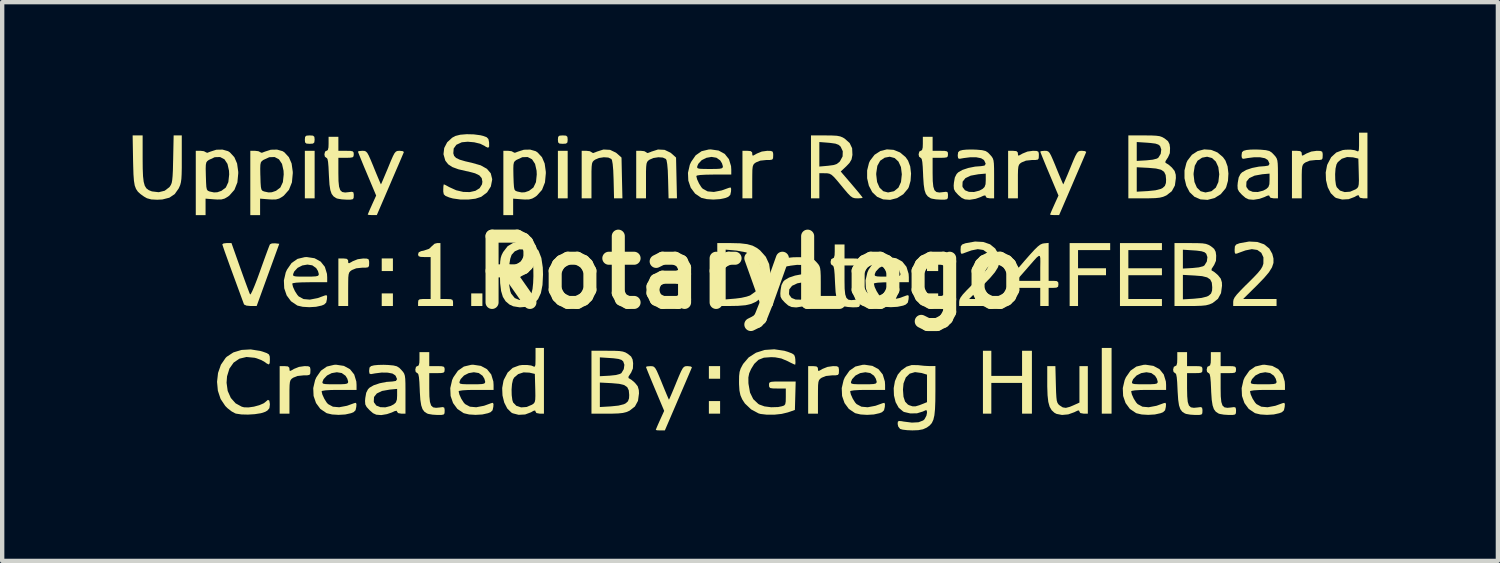
<source format=kicad_pcb>
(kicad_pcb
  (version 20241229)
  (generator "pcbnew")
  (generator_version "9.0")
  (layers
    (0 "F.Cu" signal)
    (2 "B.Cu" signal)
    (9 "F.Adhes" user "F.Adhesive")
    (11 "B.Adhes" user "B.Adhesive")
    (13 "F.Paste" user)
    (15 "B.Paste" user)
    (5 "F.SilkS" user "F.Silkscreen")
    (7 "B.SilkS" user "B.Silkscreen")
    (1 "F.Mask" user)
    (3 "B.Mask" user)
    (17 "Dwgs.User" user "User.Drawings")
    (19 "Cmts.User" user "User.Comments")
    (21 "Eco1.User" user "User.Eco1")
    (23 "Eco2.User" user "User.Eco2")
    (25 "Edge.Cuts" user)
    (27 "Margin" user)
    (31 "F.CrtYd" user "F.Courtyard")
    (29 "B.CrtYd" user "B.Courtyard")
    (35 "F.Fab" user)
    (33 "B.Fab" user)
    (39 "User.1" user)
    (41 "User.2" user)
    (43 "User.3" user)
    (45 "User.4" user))
  (footprint "RotaryLogo"
    (layer "F.Cu")
    (at 14.216 3.215)
    (property "Reference" "RotaryLogo" (at 0 0 0) (layer "F.SilkS") (effects (font (size 1.524 1.524) (thickness 0.3))))
    (attr board_only exclude_from_pos_files exclude_from_bom)
    (fp_poly (pts (xy -10.031 -1.704) (xy -10.256 -1.704) (xy -10.256 -2.797) (xy -10.031 -2.797)) (stroke (width 0) (type solid)) (fill yes) (layer "F.SilkS"))
    (fp_poly (pts (xy -8.231 -0.032) (xy -8.488 -0.032) (xy -8.488 -0.322) (xy -8.231 -0.322)) (stroke (width 0) (type solid)) (fill yes) (layer "F.SilkS"))
    (fp_poly (pts (xy -8.231 0.772) (xy -8.488 0.772) (xy -8.488 0.482) (xy -8.231 0.482)) (stroke (width 0) (type solid)) (fill yes) (layer "F.SilkS"))
    (fp_poly (pts (xy -6.173 0.772) (xy -6.43 0.772) (xy -6.43 0.482) (xy -6.173 0.482)) (stroke (width 0) (type solid)) (fill yes) (layer "F.SilkS"))
    (fp_poly (pts (xy -4.212 -1.704) (xy -4.437 -1.704) (xy -4.437 -2.797) (xy -4.212 -2.797)) (stroke (width 0) (type solid)) (fill yes) (layer "F.SilkS"))
    (fp_poly (pts (xy -0.707 2.444) (xy -0.965 2.444) (xy -0.965 2.154) (xy -0.707 2.154)) (stroke (width 0) (type solid)) (fill yes) (layer "F.SilkS"))
    (fp_poly (pts (xy -0.707 3.247) (xy -0.965 3.247) (xy -0.965 2.958) (xy -0.707 2.958)) (stroke (width 0) (type solid)) (fill yes) (layer "F.SilkS"))
    (fp_poly (pts (xy 4.308 -0.032) (xy 4.051 -0.032) (xy 4.051 -0.322) (xy 4.308 -0.322)) (stroke (width 0) (type solid)) (fill yes) (layer "F.SilkS"))
    (fp_poly (pts (xy 4.308 0.772) (xy 4.051 0.772) (xy 4.051 0.482) (xy 4.308 0.482)) (stroke (width 0) (type solid)) (fill yes) (layer "F.SilkS"))
    (fp_poly (pts (xy 8.295 3.247) (xy 8.07 3.247) (xy 8.07 1.736) (xy 8.295 1.736)) (stroke (width 0) (type solid)) (fill yes) (layer "F.SilkS"))
    (fp_poly (pts (xy 8.263 -0.514) (xy 7.524 -0.514) (xy 7.524 -0.096) (xy 8.167 -0.096) (xy 8.167 0.064) (xy 7.524 0.064) (xy 7.524 0.772) (xy 7.331 0.772) (xy 7.331 -0.675) (xy 8.263 -0.675)) (stroke (width 0) (type solid)) (fill yes) (layer "F.SilkS"))
    (fp_poly (pts (xy -10.068 -3.146) (xy -10.037 -3.118) (xy -10.031 -3.054) (xy -10.038 -2.99) (xy -10.069 -2.963) (xy -10.144 -2.958) (xy -10.22 -2.963) (xy -10.251 -2.991) (xy -10.256 -3.054) (xy -10.25 -3.119) (xy -10.218 -3.146) (xy -10.144 -3.151)) (stroke (width 0) (type solid)) (fill yes) (layer "F.SilkS"))
    (fp_poly (pts (xy -4.249 -3.146) (xy -4.218 -3.118) (xy -4.212 -3.054) (xy -4.218 -2.99) (xy -4.25 -2.963) (xy -4.324 -2.958) (xy -4.4 -2.963) (xy -4.431 -2.991) (xy -4.437 -3.054) (xy -4.431 -3.119) (xy -4.399 -3.146) (xy -4.324 -3.151)) (stroke (width 0) (type solid)) (fill yes) (layer "F.SilkS"))
    (fp_poly (pts (xy 5.53 2.379) (xy 6.237 2.379) (xy 6.237 1.801) (xy 6.463 1.801) (xy 6.463 3.247) (xy 6.237 3.247) (xy 6.237 2.54) (xy 5.53 2.54) (xy 5.53 3.247) (xy 5.337 3.247) (xy 5.337 1.801) (xy 5.53 1.801)) (stroke (width 0) (type solid)) (fill yes) (layer "F.SilkS"))
    (fp_poly (pts (xy 9.453 -0.514) (xy 8.681 -0.514) (xy 8.681 -0.096) (xy 9.453 -0.096) (xy 9.453 0.064) (xy 8.681 0.064) (xy 8.681 0.611) (xy 9.453 0.611) (xy 9.453 0.772) (xy 8.488 0.772) (xy 8.488 -0.675) (xy 9.453 -0.675)) (stroke (width 0) (type solid)) (fill yes) (layer "F.SilkS"))
    (fp_poly (pts (xy -7.138 0.611) (xy -6.993 0.611) (xy -6.904 0.614) (xy -6.861 0.631) (xy -6.849 0.67) (xy -6.848 0.691) (xy -6.848 0.772) (xy -7.652 0.772) (xy -7.652 0.691) (xy -7.646 0.642) (xy -7.617 0.618) (xy -7.546 0.611) (xy -7.507 0.611) (xy -7.363 0.611) (xy -7.363 -0.354) (xy -7.507 -0.354) (xy -7.598 -0.358) (xy -7.641 -0.375) (xy -7.652 -0.413) (xy -7.652 -0.418) (xy -7.637 -0.463) (xy -7.582 -0.49) (xy -7.521 -0.502) (xy -7.398 -0.544) (xy -7.341 -0.599) (xy -7.273 -0.66) (xy -7.214 -0.675) (xy -7.138 -0.675)) (stroke (width 0) (type solid)) (fill yes) (layer "F.SilkS"))
    (fp_poly (pts (xy -10.645 2.161) (xy -10.614 2.19) (xy -10.61 2.218) (xy -10.607 2.258) (xy -10.588 2.264) (xy -10.536 2.237) (xy -10.506 2.218) (xy -10.39 2.172) (xy -10.264 2.154) (xy -10.179 2.157) (xy -10.139 2.175) (xy -10.128 2.223) (xy -10.128 2.261) (xy -10.131 2.325) (xy -10.151 2.356) (xy -10.205 2.366) (xy -10.282 2.366) (xy -10.425 2.381) (xy -10.523 2.42) (xy -10.56 2.446) (xy -10.584 2.475) (xy -10.599 2.52) (xy -10.607 2.592) (xy -10.61 2.705) (xy -10.61 2.862) (xy -10.61 3.247) (xy -10.835 3.247) (xy -10.835 2.154) (xy -10.723 2.154)) (stroke (width 0) (type solid)) (fill yes) (layer "F.SilkS"))
    (fp_poly (pts (xy -9.295 -0.314) (xy -9.263 -0.286) (xy -9.26 -0.258) (xy -9.257 -0.218) (xy -9.238 -0.212) (xy -9.186 -0.239) (xy -9.155 -0.258) (xy -9.04 -0.304) (xy -8.914 -0.321) (xy -8.828 -0.318) (xy -8.789 -0.3) (xy -8.778 -0.253) (xy -8.777 -0.215) (xy -8.78 -0.151) (xy -8.801 -0.119) (xy -8.855 -0.11) (xy -8.932 -0.11) (xy -9.075 -0.095) (xy -9.173 -0.056) (xy -9.209 -0.03) (xy -9.234 -0.000412) (xy -9.249 0.044) (xy -9.257 0.117) (xy -9.259 0.229) (xy -9.26 0.387) (xy -9.26 0.772) (xy -9.485 0.772) (xy -9.485 -0.322) (xy -9.372 -0.322)) (stroke (width 0) (type solid)) (fill yes) (layer "F.SilkS"))
    (fp_poly (pts (xy -0.003 -2.79) (xy 0.029 -2.762) (xy 0.032 -2.733) (xy 0.035 -2.694) (xy 0.054 -2.687) (xy 0.106 -2.715) (xy 0.137 -2.733) (xy 0.252 -2.78) (xy 0.378 -2.797) (xy 0.463 -2.794) (xy 0.503 -2.776) (xy 0.514 -2.728) (xy 0.514 -2.69) (xy 0.511 -2.626) (xy 0.491 -2.595) (xy 0.437 -2.586) (xy 0.36 -2.586) (xy 0.217 -2.571) (xy 0.119 -2.531) (xy 0.082 -2.505) (xy 0.058 -2.476) (xy 0.043 -2.432) (xy 0.035 -2.359) (xy 0.033 -2.247) (xy 0.032 -2.089) (xy 0.032 -1.704) (xy -0.193 -1.704) (xy -0.193 -2.797) (xy -0.08 -2.797)) (stroke (width 0) (type solid)) (fill yes) (layer "F.SilkS"))
    (fp_poly (pts (xy 1.508 2.161) (xy 1.54 2.19) (xy 1.543 2.218) (xy 1.546 2.258) (xy 1.565 2.264) (xy 1.617 2.237) (xy 1.648 2.218) (xy 1.763 2.172) (xy 1.889 2.154) (xy 1.975 2.157) (xy 2.014 2.175) (xy 2.025 2.223) (xy 2.026 2.261) (xy 2.023 2.325) (xy 2.003 2.356) (xy 1.948 2.366) (xy 1.871 2.366) (xy 1.728 2.381) (xy 1.63 2.42) (xy 1.594 2.446) (xy 1.569 2.475) (xy 1.554 2.52) (xy 1.546 2.592) (xy 1.544 2.705) (xy 1.543 2.862) (xy 1.543 3.247) (xy 1.318 3.247) (xy 1.318 2.154) (xy 1.431 2.154)) (stroke (width 0) (type solid)) (fill yes) (layer "F.SilkS"))
    (fp_poly (pts (xy 6.106 -2.79) (xy 6.137 -2.762) (xy 6.141 -2.733) (xy 6.144 -2.694) (xy 6.163 -2.687) (xy 6.215 -2.715) (xy 6.246 -2.733) (xy 6.361 -2.78) (xy 6.487 -2.797) (xy 6.572 -2.794) (xy 6.612 -2.776) (xy 6.623 -2.728) (xy 6.623 -2.69) (xy 6.62 -2.626) (xy 6.6 -2.595) (xy 6.546 -2.586) (xy 6.469 -2.586) (xy 6.326 -2.571) (xy 6.228 -2.531) (xy 6.191 -2.505) (xy 6.167 -2.476) (xy 6.152 -2.432) (xy 6.144 -2.359) (xy 6.141 -2.247) (xy 6.141 -2.089) (xy 6.141 -1.704) (xy 5.916 -1.704) (xy 5.916 -2.797) (xy 6.028 -2.797)) (stroke (width 0) (type solid)) (fill yes) (layer "F.SilkS"))
    (fp_poly (pts (xy 12.633 -2.79) (xy 12.664 -2.762) (xy 12.668 -2.733) (xy 12.671 -2.694) (xy 12.69 -2.687) (xy 12.742 -2.715) (xy 12.772 -2.733) (xy 12.888 -2.78) (xy 13.013 -2.797) (xy 13.099 -2.794) (xy 13.139 -2.776) (xy 13.15 -2.728) (xy 13.15 -2.69) (xy 13.147 -2.626) (xy 13.127 -2.595) (xy 13.073 -2.586) (xy 12.996 -2.586) (xy 12.853 -2.571) (xy 12.755 -2.531) (xy 12.718 -2.505) (xy 12.694 -2.476) (xy 12.679 -2.432) (xy 12.671 -2.359) (xy 12.668 -2.247) (xy 12.668 -2.089) (xy 12.668 -1.704) (xy 12.443 -1.704) (xy 12.443 -2.797) (xy 12.555 -2.797)) (stroke (width 0) (type solid)) (fill yes) (layer "F.SilkS"))
    (fp_poly (pts (xy -1.983 -2.819) (xy -1.849 -2.755) (xy -1.825 -2.736) (xy -1.72 -2.642) (xy -1.699 -1.704) (xy -1.892 -1.704) (xy -1.903 -2.137) (xy -1.91 -2.345) (xy -1.923 -2.492) (xy -1.939 -2.581) (xy -1.954 -2.61) (xy -2.024 -2.642) (xy -2.127 -2.649) (xy -2.238 -2.632) (xy -2.326 -2.595) (xy -2.361 -2.57) (xy -2.384 -2.542) (xy -2.399 -2.5) (xy -2.407 -2.431) (xy -2.411 -2.323) (xy -2.411 -2.166) (xy -2.411 -2.121) (xy -2.411 -1.704) (xy -2.636 -1.704) (xy -2.636 -2.797) (xy -2.527 -2.797) (xy -2.449 -2.788) (xy -2.406 -2.764) (xy -2.405 -2.761) (xy -2.373 -2.745) (xy -2.3 -2.772) (xy -2.291 -2.777) (xy -2.135 -2.827)) (stroke (width 0) (type solid)) (fill yes) (layer "F.SilkS"))
    (fp_poly (pts (xy 7.014 2.575) (xy 7.019 2.748) (xy 7.026 2.868) (xy 7.035 2.947) (xy 7.051 2.998) (xy 7.073 3.032) (xy 7.101 3.057) (xy 7.172 3.103) (xy 7.244 3.114) (xy 7.336 3.09) (xy 7.419 3.055) (xy 7.556 2.993) (xy 7.556 2.154) (xy 7.749 2.154) (xy 7.749 3.247) (xy 7.652 3.247) (xy 7.576 3.233) (xy 7.556 3.199) (xy 7.546 3.173) (xy 7.51 3.179) (xy 7.436 3.215) (xy 7.299 3.264) (xy 7.156 3.277) (xy 7.03 3.253) (xy 6.981 3.227) (xy 6.917 3.168) (xy 6.871 3.088) (xy 6.84 2.977) (xy 6.823 2.825) (xy 6.816 2.621) (xy 6.816 2.557) (xy 6.816 2.154) (xy 7.003 2.154)) (stroke (width 0) (type solid)) (fill yes) (layer "F.SilkS"))
    (fp_poly (pts (xy -3.237 -2.819) (xy -3.103 -2.755) (xy -3.079 -2.736) (xy -2.974 -2.642) (xy -2.964 -2.173) (xy -2.953 -1.704) (xy -3.146 -1.704) (xy -3.156 -2.137) (xy -3.164 -2.345) (xy -3.177 -2.492) (xy -3.193 -2.581) (xy -3.208 -2.61) (xy -3.278 -2.642) (xy -3.381 -2.649) (xy -3.492 -2.632) (xy -3.579 -2.595) (xy -3.614 -2.57) (xy -3.638 -2.542) (xy -3.653 -2.5) (xy -3.661 -2.431) (xy -3.665 -2.323) (xy -3.665 -2.166) (xy -3.665 -2.121) (xy -3.665 -1.704) (xy -3.89 -1.704) (xy -3.89 -2.797) (xy -3.781 -2.797) (xy -3.703 -2.788) (xy -3.66 -2.764) (xy -3.659 -2.761) (xy -3.627 -2.745) (xy -3.554 -2.772) (xy -3.545 -2.777) (xy -3.389 -2.827)) (stroke (width 0) (type solid)) (fill yes) (layer "F.SilkS"))
    (fp_poly (pts (xy -0.458 -0.675) (xy -0.247 -0.67) (xy -0.086 -0.651) (xy 0.04 -0.616) (xy 0.143 -0.561) (xy 0.212 -0.508) (xy 0.344 -0.36) (xy 0.421 -0.192) (xy 0.449 0.008) (xy 0.449 0.039) (xy 0.425 0.258) (xy 0.352 0.44) (xy 0.226 0.591) (xy 0.215 0.601) (xy 0.118 0.674) (xy 0.009 0.723) (xy -0.124 0.754) (xy -0.295 0.768) (xy -0.458 0.771) (xy -0.772 0.772) (xy -0.772 -0.524) (xy -0.579 -0.524) (xy -0.579 0.62) (xy -0.355 0.601) (xy -0.221 0.584) (xy -0.097 0.556) (xy -0.018 0.529) (xy 0.111 0.437) (xy 0.193 0.303) (xy 0.23 0.125) (xy 0.233 0.05) (xy 0.213 -0.139) (xy 0.151 -0.285) (xy 0.043 -0.392) (xy -0.115 -0.463) (xy -0.326 -0.502) (xy -0.357 -0.505) (xy -0.579 -0.524) (xy -0.772 -0.524) (xy -0.772 -0.675)) (stroke (width 0) (type solid)) (fill yes) (layer "F.SilkS"))
    (fp_poly (pts (xy 6.848 0.193) (xy 6.961 0.193) (xy 7.037 0.199) (xy 7.068 0.226) (xy 7.073 0.273) (xy 7.065 0.328) (xy 7.027 0.35) (xy 6.961 0.354) (xy 6.848 0.354) (xy 6.848 0.772) (xy 6.655 0.772) (xy 6.655 0.354) (xy 5.948 0.354) (xy 5.948 0.243) (xy 5.954 0.194) (xy 5.954 0.193) (xy 6.101 0.193) (xy 6.655 0.193) (xy 6.655 -0.12) (xy 6.657 -0.244) (xy 6.656 -0.33) (xy 6.646 -0.376) (xy 6.622 -0.381) (xy 6.575 -0.345) (xy 6.501 -0.264) (xy 6.392 -0.139) (xy 6.32 -0.056) (xy 6.101 0.193) (xy 5.954 0.193) (xy 5.974 0.14) (xy 6.015 0.073) (xy 6.083 -0.017) (xy 6.184 -0.139) (xy 6.291 -0.264) (xy 6.423 -0.414) (xy 6.522 -0.522) (xy 6.597 -0.595) (xy 6.654 -0.639) (xy 6.701 -0.661) (xy 6.741 -0.669) (xy 6.848 -0.679)) (stroke (width 0) (type solid)) (fill yes) (layer "F.SilkS"))
    (fp_poly (pts (xy -11.74 -0.102) (xy -11.675 0.08) (xy -11.616 0.242) (xy -11.567 0.374) (xy -11.532 0.467) (xy -11.514 0.508) (xy -11.514 0.508) (xy -11.497 0.492) (xy -11.462 0.423) (xy -11.413 0.308) (xy -11.354 0.157) (xy -11.288 -0.024) (xy -11.285 -0.033) (xy -11.22 -0.215) (xy -11.161 -0.378) (xy -11.112 -0.511) (xy -11.077 -0.603) (xy -11.059 -0.645) (xy -11.059 -0.646) (xy -11.015 -0.667) (xy -10.94 -0.67) (xy -10.844 -0.659) (xy -11.104 0.056) (xy -11.364 0.772) (xy -11.502 0.772) (xy -11.597 0.763) (xy -11.651 0.739) (xy -11.656 0.731) (xy -11.671 0.691) (xy -11.705 0.599) (xy -11.754 0.465) (xy -11.815 0.299) (xy -11.884 0.111) (xy -11.912 0.035) (xy -11.983 -0.159) (xy -12.045 -0.332) (xy -12.097 -0.476) (xy -12.133 -0.582) (xy -12.152 -0.64) (xy -12.153 -0.648) (xy -12.125 -0.667) (xy -12.057 -0.675) (xy -12.048 -0.675) (xy -11.943 -0.675)) (stroke (width 0) (type solid)) (fill yes) (layer "F.SilkS"))
    (fp_poly (pts (xy 5.344 -0.701) (xy 5.501 -0.647) (xy 5.62 -0.55) (xy 5.689 -0.428) (xy 5.716 -0.32) (xy 5.716 -0.219) (xy 5.682 -0.117) (xy 5.612 -0.004) (xy 5.5 0.129) (xy 5.341 0.292) (xy 5.336 0.297) (xy 5.018 0.611) (xy 5.787 0.611) (xy 5.787 0.772) (xy 4.791 0.772) (xy 4.791 0.674) (xy 4.798 0.627) (xy 4.823 0.575) (xy 4.873 0.508) (xy 4.955 0.419) (xy 5.075 0.297) (xy 5.126 0.248) (xy 5.263 0.111) (xy 5.359 0.009) (xy 5.423 -0.07) (xy 5.461 -0.134) (xy 5.481 -0.192) (xy 5.484 -0.207) (xy 5.485 -0.347) (xy 5.436 -0.452) (xy 5.345 -0.517) (xy 5.219 -0.536) (xy 5.073 -0.507) (xy 4.976 -0.472) (xy 4.897 -0.443) (xy 4.879 -0.435) (xy 4.841 -0.429) (xy 4.826 -0.462) (xy 4.823 -0.526) (xy 4.829 -0.602) (xy 4.86 -0.643) (xy 4.934 -0.671) (xy 4.943 -0.673) (xy 5.156 -0.711)) (stroke (width 0) (type solid)) (fill yes) (layer "F.SilkS"))
    (fp_poly (pts (xy 11.646 -0.701) (xy 11.803 -0.647) (xy 11.922 -0.55) (xy 11.991 -0.428) (xy 12.018 -0.32) (xy 12.018 -0.219) (xy 11.984 -0.117) (xy 11.914 -0.004) (xy 11.801 0.129) (xy 11.643 0.292) (xy 11.638 0.297) (xy 11.32 0.611) (xy 12.089 0.611) (xy 12.089 0.772) (xy 11.092 0.772) (xy 11.092 0.674) (xy 11.099 0.627) (xy 11.124 0.575) (xy 11.175 0.508) (xy 11.257 0.419) (xy 11.377 0.297) (xy 11.428 0.248) (xy 11.565 0.111) (xy 11.661 0.009) (xy 11.725 -0.07) (xy 11.763 -0.134) (xy 11.783 -0.192) (xy 11.786 -0.207) (xy 11.787 -0.347) (xy 11.738 -0.452) (xy 11.647 -0.517) (xy 11.521 -0.536) (xy 11.375 -0.507) (xy 11.278 -0.472) (xy 11.199 -0.443) (xy 11.181 -0.435) (xy 11.143 -0.429) (xy 11.127 -0.462) (xy 11.125 -0.526) (xy 11.131 -0.602) (xy 11.162 -0.643) (xy 11.236 -0.671) (xy 11.245 -0.673) (xy 11.457 -0.711)) (stroke (width 0) (type solid)) (fill yes) (layer "F.SilkS"))
    (fp_poly (pts (xy 3.283 -2.819) (xy 3.43 -2.76) (xy 3.558 -2.653) (xy 3.615 -2.572) (xy 3.665 -2.438) (xy 3.684 -2.275) (xy 3.673 -2.107) (xy 3.632 -1.962) (xy 3.615 -1.929) (xy 3.505 -1.798) (xy 3.363 -1.71) (xy 3.204 -1.669) (xy 3.042 -1.68) (xy 2.904 -1.739) (xy 2.792 -1.846) (xy 2.714 -1.994) (xy 2.674 -2.166) (xy 2.674 -2.251) (xy 2.883 -2.251) (xy 2.903 -2.08) (xy 2.959 -1.951) (xy 3.045 -1.868) (xy 3.155 -1.839) (xy 3.285 -1.866) (xy 3.296 -1.871) (xy 3.394 -1.95) (xy 3.453 -2.079) (xy 3.472 -2.257) (xy 3.472 -2.257) (xy 3.452 -2.423) (xy 3.394 -2.55) (xy 3.306 -2.631) (xy 3.193 -2.661) (xy 3.078 -2.639) (xy 2.974 -2.569) (xy 2.909 -2.452) (xy 2.884 -2.286) (xy 2.883 -2.251) (xy 2.674 -2.251) (xy 2.674 -2.346) (xy 2.717 -2.519) (xy 2.742 -2.572) (xy 2.845 -2.706) (xy 2.978 -2.792) (xy 3.128 -2.83)) (stroke (width 0) (type solid)) (fill yes) (layer "F.SilkS"))
    (fp_poly (pts (xy 10.581 -2.819) (xy 10.729 -2.76) (xy 10.856 -2.653) (xy 10.914 -2.572) (xy 10.963 -2.438) (xy 10.982 -2.275) (xy 10.972 -2.107) (xy 10.931 -1.962) (xy 10.914 -1.929) (xy 10.804 -1.798) (xy 10.662 -1.71) (xy 10.502 -1.669) (xy 10.34 -1.68) (xy 10.202 -1.739) (xy 10.09 -1.846) (xy 10.013 -1.994) (xy 9.972 -2.166) (xy 9.972 -2.251) (xy 10.181 -2.251) (xy 10.201 -2.08) (xy 10.257 -1.951) (xy 10.343 -1.868) (xy 10.454 -1.839) (xy 10.584 -1.866) (xy 10.595 -1.871) (xy 10.692 -1.95) (xy 10.751 -2.079) (xy 10.771 -2.257) (xy 10.771 -2.257) (xy 10.75 -2.423) (xy 10.692 -2.55) (xy 10.604 -2.631) (xy 10.492 -2.661) (xy 10.376 -2.639) (xy 10.272 -2.569) (xy 10.208 -2.452) (xy 10.182 -2.286) (xy 10.181 -2.251) (xy 9.972 -2.251) (xy 9.972 -2.346) (xy 10.016 -2.519) (xy 10.04 -2.572) (xy 10.143 -2.706) (xy 10.276 -2.792) (xy 10.426 -2.83)) (stroke (width 0) (type solid)) (fill yes) (layer "F.SilkS"))
    (fp_poly (pts (xy -13.986 -2.619) (xy -13.984 -2.388) (xy -13.977 -2.213) (xy -13.962 -2.085) (xy -13.937 -1.994) (xy -13.9 -1.934) (xy -13.846 -1.893) (xy -13.776 -1.865) (xy -13.768 -1.863) (xy -13.616 -1.845) (xy -13.479 -1.879) (xy -13.371 -1.961) (xy -13.362 -1.973) (xy -13.337 -2.012) (xy -13.318 -2.058) (xy -13.306 -2.123) (xy -13.297 -2.217) (xy -13.29 -2.35) (xy -13.286 -2.534) (xy -13.284 -2.607) (xy -13.273 -3.151) (xy -13.086 -3.151) (xy -13.086 -2.611) (xy -13.086 -2.409) (xy -13.089 -2.26) (xy -13.095 -2.152) (xy -13.106 -2.073) (xy -13.122 -2.011) (xy -13.146 -1.955) (xy -13.158 -1.93) (xy -13.249 -1.801) (xy -13.371 -1.719) (xy -13.532 -1.678) (xy -13.651 -1.672) (xy -13.787 -1.679) (xy -13.887 -1.706) (xy -13.954 -1.744) (xy -14.035 -1.802) (xy -14.095 -1.857) (xy -14.138 -1.92) (xy -14.168 -2) (xy -14.186 -2.109) (xy -14.197 -2.257) (xy -14.203 -2.454) (xy -14.206 -2.574) (xy -14.216 -3.151) (xy -13.986 -3.151)) (stroke (width 0) (type solid)) (fill yes) (layer "F.SilkS"))
    (fp_poly (pts (xy -9.485 -2.797) (xy -9.308 -2.797) (xy -9.207 -2.795) (xy -9.154 -2.784) (xy -9.134 -2.757) (xy -9.131 -2.717) (xy -9.136 -2.671) (xy -9.16 -2.647) (xy -9.22 -2.638) (xy -9.308 -2.636) (xy -9.485 -2.636) (xy -9.485 -2.285) (xy -9.482 -2.101) (xy -9.469 -1.973) (xy -9.442 -1.892) (xy -9.397 -1.85) (xy -9.33 -1.838) (xy -9.254 -1.846) (xy -9.175 -1.855) (xy -9.14 -1.842) (xy -9.131 -1.794) (xy -9.131 -1.769) (xy -9.134 -1.712) (xy -9.154 -1.684) (xy -9.208 -1.674) (xy -9.3 -1.674) (xy -9.41 -1.681) (xy -9.503 -1.697) (xy -9.535 -1.708) (xy -9.596 -1.749) (xy -9.64 -1.807) (xy -9.67 -1.895) (xy -9.69 -2.023) (xy -9.701 -2.202) (xy -9.704 -2.259) (xy -9.712 -2.427) (xy -9.722 -2.541) (xy -9.735 -2.607) (xy -9.753 -2.634) (xy -9.762 -2.636) (xy -9.796 -2.664) (xy -9.806 -2.717) (xy -9.79 -2.781) (xy -9.758 -2.797) (xy -9.728 -2.814) (xy -9.713 -2.874) (xy -9.71 -2.958) (xy -9.71 -3.119) (xy -9.485 -3.119)) (stroke (width 0) (type solid)) (fill yes) (layer "F.SilkS"))
    (fp_poly (pts (xy -7.395 2.154) (xy -7.218 2.154) (xy -7.117 2.156) (xy -7.064 2.167) (xy -7.044 2.194) (xy -7.041 2.235) (xy -7.046 2.281) (xy -7.07 2.305) (xy -7.13 2.314) (xy -7.218 2.315) (xy -7.395 2.315) (xy -7.395 2.666) (xy -7.392 2.85) (xy -7.379 2.979) (xy -7.352 3.06) (xy -7.307 3.102) (xy -7.24 3.113) (xy -7.164 3.106) (xy -7.085 3.096) (xy -7.05 3.109) (xy -7.041 3.158) (xy -7.041 3.183) (xy -7.044 3.239) (xy -7.064 3.267) (xy -7.118 3.277) (xy -7.21 3.277) (xy -7.32 3.27) (xy -7.413 3.254) (xy -7.445 3.243) (xy -7.506 3.203) (xy -7.55 3.144) (xy -7.58 3.056) (xy -7.6 2.928) (xy -7.612 2.75) (xy -7.614 2.693) (xy -7.622 2.524) (xy -7.632 2.411) (xy -7.645 2.345) (xy -7.663 2.317) (xy -7.672 2.315) (xy -7.707 2.287) (xy -7.716 2.235) (xy -7.7 2.17) (xy -7.668 2.154) (xy -7.638 2.137) (xy -7.623 2.077) (xy -7.62 1.993) (xy -7.62 1.833) (xy -7.395 1.833)) (stroke (width 0) (type solid)) (fill yes) (layer "F.SilkS"))
    (fp_poly (pts (xy 2.154 -0.322) (xy 2.331 -0.322) (xy 2.432 -0.319) (xy 2.485 -0.308) (xy 2.505 -0.281) (xy 2.508 -0.241) (xy 2.503 -0.195) (xy 2.479 -0.171) (xy 2.419 -0.162) (xy 2.331 -0.161) (xy 2.154 -0.161) (xy 2.154 0.191) (xy 2.157 0.375) (xy 2.17 0.503) (xy 2.197 0.584) (xy 2.242 0.626) (xy 2.309 0.637) (xy 2.385 0.63) (xy 2.464 0.62) (xy 2.499 0.634) (xy 2.508 0.682) (xy 2.508 0.707) (xy 2.505 0.763) (xy 2.485 0.792) (xy 2.431 0.801) (xy 2.339 0.802) (xy 2.229 0.794) (xy 2.136 0.778) (xy 2.104 0.767) (xy 2.043 0.727) (xy 1.999 0.668) (xy 1.969 0.58) (xy 1.949 0.452) (xy 1.938 0.274) (xy 1.935 0.217) (xy 1.927 0.048) (xy 1.917 -0.065) (xy 1.904 -0.131) (xy 1.886 -0.159) (xy 1.877 -0.161) (xy 1.843 -0.189) (xy 1.833 -0.241) (xy 1.849 -0.306) (xy 1.881 -0.322) (xy 1.911 -0.339) (xy 1.926 -0.398) (xy 1.929 -0.482) (xy 1.929 -0.643) (xy 2.154 -0.643)) (stroke (width 0) (type solid)) (fill yes) (layer "F.SilkS"))
    (fp_poly (pts (xy 4.18 -2.797) (xy 4.357 -2.797) (xy 4.458 -2.795) (xy 4.511 -2.784) (xy 4.531 -2.757) (xy 4.533 -2.717) (xy 4.529 -2.671) (xy 4.505 -2.647) (xy 4.445 -2.638) (xy 4.357 -2.636) (xy 4.18 -2.636) (xy 4.18 -2.285) (xy 4.183 -2.101) (xy 4.196 -1.973) (xy 4.222 -1.892) (xy 4.267 -1.85) (xy 4.335 -1.838) (xy 4.41 -1.846) (xy 4.49 -1.855) (xy 4.525 -1.842) (xy 4.533 -1.794) (xy 4.533 -1.769) (xy 4.53 -1.712) (xy 4.51 -1.684) (xy 4.457 -1.674) (xy 4.365 -1.674) (xy 4.254 -1.681) (xy 4.162 -1.697) (xy 4.13 -1.708) (xy 4.069 -1.749) (xy 4.024 -1.807) (xy 3.994 -1.895) (xy 3.975 -2.023) (xy 3.963 -2.202) (xy 3.961 -2.259) (xy 3.953 -2.427) (xy 3.943 -2.541) (xy 3.929 -2.607) (xy 3.911 -2.634) (xy 3.902 -2.636) (xy 3.868 -2.664) (xy 3.858 -2.717) (xy 3.875 -2.781) (xy 3.906 -2.797) (xy 3.937 -2.814) (xy 3.952 -2.874) (xy 3.955 -2.958) (xy 3.955 -3.119) (xy 4.18 -3.119)) (stroke (width 0) (type solid)) (fill yes) (layer "F.SilkS"))
    (fp_poly (pts (xy 10.031 2.154) (xy 10.208 2.154) (xy 10.31 2.156) (xy 10.362 2.167) (xy 10.382 2.194) (xy 10.385 2.235) (xy 10.38 2.281) (xy 10.356 2.305) (xy 10.297 2.314) (xy 10.208 2.315) (xy 10.031 2.315) (xy 10.031 2.666) (xy 10.035 2.85) (xy 10.047 2.979) (xy 10.074 3.06) (xy 10.119 3.102) (xy 10.187 3.113) (xy 10.262 3.106) (xy 10.342 3.096) (xy 10.376 3.109) (xy 10.385 3.158) (xy 10.385 3.183) (xy 10.382 3.239) (xy 10.362 3.267) (xy 10.309 3.277) (xy 10.216 3.277) (xy 10.106 3.27) (xy 10.014 3.254) (xy 9.982 3.243) (xy 9.92 3.203) (xy 9.876 3.144) (xy 9.846 3.056) (xy 9.827 2.928) (xy 9.815 2.75) (xy 9.812 2.693) (xy 9.804 2.524) (xy 9.794 2.411) (xy 9.781 2.345) (xy 9.763 2.317) (xy 9.754 2.315) (xy 9.72 2.287) (xy 9.71 2.235) (xy 9.727 2.17) (xy 9.758 2.154) (xy 9.788 2.137) (xy 9.803 2.077) (xy 9.806 1.993) (xy 9.806 1.833) (xy 10.031 1.833)) (stroke (width 0) (type solid)) (fill yes) (layer "F.SilkS"))
    (fp_poly (pts (xy 10.803 2.154) (xy 10.98 2.154) (xy 11.081 2.156) (xy 11.134 2.167) (xy 11.154 2.194) (xy 11.157 2.235) (xy 11.152 2.281) (xy 11.128 2.305) (xy 11.068 2.314) (xy 10.98 2.315) (xy 10.803 2.315) (xy 10.803 2.666) (xy 10.806 2.85) (xy 10.819 2.979) (xy 10.846 3.06) (xy 10.891 3.102) (xy 10.958 3.113) (xy 11.034 3.106) (xy 11.113 3.096) (xy 11.148 3.109) (xy 11.157 3.158) (xy 11.157 3.183) (xy 11.154 3.239) (xy 11.134 3.267) (xy 11.08 3.277) (xy 10.988 3.277) (xy 10.878 3.27) (xy 10.785 3.254) (xy 10.753 3.243) (xy 10.692 3.203) (xy 10.648 3.144) (xy 10.618 3.056) (xy 10.598 2.928) (xy 10.586 2.75) (xy 10.584 2.693) (xy 10.576 2.524) (xy 10.566 2.411) (xy 10.553 2.345) (xy 10.535 2.317) (xy 10.526 2.315) (xy 10.491 2.287) (xy 10.482 2.235) (xy 10.498 2.17) (xy 10.53 2.154) (xy 10.56 2.137) (xy 10.575 2.077) (xy 10.578 1.993) (xy 10.578 1.833) (xy 10.803 1.833)) (stroke (width 0) (type solid)) (fill yes) (layer "F.SilkS"))
    (fp_poly (pts (xy -8.007 -2.79) (xy -7.979 -2.771) (xy -7.979 -2.768) (xy -7.994 -2.732) (xy -8.031 -2.644) (xy -8.086 -2.515) (xy -8.156 -2.353) (xy -8.237 -2.165) (xy -8.295 -2.029) (xy -8.601 -1.319) (xy -8.705 -1.319) (xy -8.776 -1.322) (xy -8.809 -1.329) (xy -8.81 -1.33) (xy -8.797 -1.363) (xy -8.765 -1.438) (xy -8.719 -1.541) (xy -8.713 -1.555) (xy -8.616 -1.768) (xy -8.825 -2.265) (xy -8.895 -2.431) (xy -8.954 -2.575) (xy -9 -2.688) (xy -9.028 -2.759) (xy -9.035 -2.78) (xy -9.007 -2.791) (xy -8.938 -2.797) (xy -8.93 -2.797) (xy -8.887 -2.795) (xy -8.853 -2.782) (xy -8.821 -2.75) (xy -8.787 -2.689) (xy -8.742 -2.588) (xy -8.68 -2.439) (xy -8.669 -2.411) (xy -8.61 -2.267) (xy -8.56 -2.148) (xy -8.524 -2.064) (xy -8.507 -2.026) (xy -8.506 -2.026) (xy -8.492 -2.054) (xy -8.459 -2.13) (xy -8.411 -2.244) (xy -8.352 -2.384) (xy -8.341 -2.411) (xy -8.276 -2.569) (xy -8.229 -2.676) (xy -8.193 -2.743) (xy -8.161 -2.779) (xy -8.128 -2.794) (xy -8.086 -2.797) (xy -8.075 -2.797)) (stroke (width 0) (type solid)) (fill yes) (layer "F.SilkS"))
    (fp_poly (pts (xy -1.383 2.162) (xy -1.355 2.18) (xy -1.356 2.183) (xy -1.371 2.22) (xy -1.408 2.307) (xy -1.463 2.436) (xy -1.533 2.599) (xy -1.614 2.787) (xy -1.672 2.922) (xy -1.977 3.632) (xy -2.082 3.633) (xy -2.153 3.63) (xy -2.186 3.622) (xy -2.186 3.622) (xy -2.174 3.589) (xy -2.142 3.513) (xy -2.096 3.41) (xy -2.09 3.397) (xy -1.993 3.183) (xy -2.202 2.686) (xy -2.271 2.521) (xy -2.331 2.376) (xy -2.377 2.263) (xy -2.405 2.192) (xy -2.411 2.172) (xy -2.383 2.16) (xy -2.315 2.155) (xy -2.307 2.155) (xy -2.263 2.157) (xy -2.229 2.169) (xy -2.198 2.201) (xy -2.163 2.263) (xy -2.119 2.363) (xy -2.057 2.512) (xy -2.046 2.54) (xy -1.987 2.684) (xy -1.937 2.804) (xy -1.901 2.888) (xy -1.884 2.925) (xy -1.883 2.926) (xy -1.869 2.898) (xy -1.835 2.821) (xy -1.787 2.708) (xy -1.729 2.568) (xy -1.718 2.54) (xy -1.653 2.383) (xy -1.605 2.275) (xy -1.569 2.208) (xy -1.538 2.172) (xy -1.504 2.157) (xy -1.463 2.154) (xy -1.452 2.154)) (stroke (width 0) (type solid)) (fill yes) (layer "F.SilkS"))
    (fp_poly (pts (xy 7.683 -2.79) (xy 7.712 -2.771) (xy 7.711 -2.768) (xy 7.696 -2.732) (xy 7.659 -2.644) (xy 7.604 -2.515) (xy 7.534 -2.353) (xy 7.453 -2.165) (xy 7.395 -2.029) (xy 7.089 -1.319) (xy 6.985 -1.319) (xy 6.914 -1.322) (xy 6.881 -1.329) (xy 6.881 -1.33) (xy 6.893 -1.363) (xy 6.925 -1.438) (xy 6.971 -1.541) (xy 6.977 -1.555) (xy 7.074 -1.768) (xy 6.865 -2.265) (xy 6.795 -2.431) (xy 6.736 -2.575) (xy 6.69 -2.688) (xy 6.662 -2.759) (xy 6.655 -2.78) (xy 6.684 -2.791) (xy 6.752 -2.797) (xy 6.76 -2.797) (xy 6.803 -2.795) (xy 6.838 -2.782) (xy 6.869 -2.75) (xy 6.903 -2.689) (xy 6.948 -2.588) (xy 7.01 -2.439) (xy 7.021 -2.411) (xy 7.08 -2.267) (xy 7.13 -2.148) (xy 7.166 -2.064) (xy 7.183 -2.026) (xy 7.184 -2.026) (xy 7.198 -2.054) (xy 7.231 -2.13) (xy 7.28 -2.244) (xy 7.338 -2.384) (xy 7.349 -2.411) (xy 7.414 -2.569) (xy 7.461 -2.676) (xy 7.498 -2.743) (xy 7.529 -2.779) (xy 7.562 -2.794) (xy 7.604 -2.797) (xy 7.615 -2.797)) (stroke (width 0) (type solid)) (fill yes) (layer "F.SilkS"))
    (fp_poly (pts (xy -12.022 -2.789) (xy -11.98 -2.762) (xy -11.877 -2.65) (xy -11.814 -2.505) (xy -11.788 -2.317) (xy -11.787 -2.284) (xy -11.807 -2.071) (xy -11.876 -1.899) (xy -11.994 -1.766) (xy -12.028 -1.741) (xy -12.1 -1.699) (xy -12.172 -1.679) (xy -12.27 -1.677) (xy -12.338 -1.681) (xy -12.539 -1.697) (xy -12.539 -1.318) (xy -12.764 -1.318) (xy -12.764 -2.387) (xy -12.536 -2.387) (xy -12.533 -2.252) (xy -12.532 -2.21) (xy -12.527 -2.063) (xy -12.521 -1.967) (xy -12.509 -1.91) (xy -12.489 -1.881) (xy -12.458 -1.866) (xy -12.443 -1.861) (xy -12.345 -1.84) (xy -12.269 -1.844) (xy -12.176 -1.876) (xy -12.172 -1.878) (xy -12.073 -1.953) (xy -12.015 -2.077) (xy -11.996 -2.252) (xy -12 -2.34) (xy -12.035 -2.496) (xy -12.105 -2.602) (xy -12.205 -2.654) (xy -12.328 -2.65) (xy -12.466 -2.586) (xy -12.5 -2.56) (xy -12.522 -2.528) (xy -12.533 -2.474) (xy -12.536 -2.387) (xy -12.764 -2.387) (xy -12.764 -2.797) (xy -12.654 -2.797) (xy -12.577 -2.788) (xy -12.535 -2.766) (xy -12.533 -2.763) (xy -12.499 -2.751) (xy -12.426 -2.779) (xy -12.292 -2.822) (xy -12.149 -2.825)) (stroke (width 0) (type solid)) (fill yes) (layer "F.SilkS"))
    (fp_poly (pts (xy -10.768 -2.789) (xy -10.726 -2.762) (xy -10.623 -2.65) (xy -10.56 -2.505) (xy -10.534 -2.317) (xy -10.533 -2.284) (xy -10.553 -2.071) (xy -10.622 -1.899) (xy -10.74 -1.766) (xy -10.774 -1.741) (xy -10.846 -1.699) (xy -10.919 -1.679) (xy -11.016 -1.677) (xy -11.084 -1.681) (xy -11.285 -1.697) (xy -11.285 -1.318) (xy -11.51 -1.318) (xy -11.51 -2.387) (xy -11.282 -2.387) (xy -11.28 -2.252) (xy -11.278 -2.21) (xy -11.274 -2.063) (xy -11.267 -1.967) (xy -11.255 -1.91) (xy -11.235 -1.881) (xy -11.204 -1.866) (xy -11.189 -1.861) (xy -11.091 -1.84) (xy -11.015 -1.844) (xy -10.922 -1.876) (xy -10.918 -1.878) (xy -10.819 -1.953) (xy -10.761 -2.077) (xy -10.742 -2.252) (xy -10.746 -2.34) (xy -10.781 -2.496) (xy -10.852 -2.602) (xy -10.951 -2.654) (xy -11.074 -2.65) (xy -11.212 -2.586) (xy -11.246 -2.56) (xy -11.268 -2.528) (xy -11.279 -2.474) (xy -11.282 -2.387) (xy -11.51 -2.387) (xy -11.51 -2.797) (xy -11.401 -2.797) (xy -11.324 -2.788) (xy -11.281 -2.766) (xy -11.279 -2.763) (xy -11.245 -2.751) (xy -11.172 -2.779) (xy -11.038 -2.822) (xy -10.895 -2.825)) (stroke (width 0) (type solid)) (fill yes) (layer "F.SilkS"))
    (fp_poly (pts (xy -4.949 -2.789) (xy -4.907 -2.762) (xy -4.803 -2.65) (xy -4.741 -2.505) (xy -4.715 -2.317) (xy -4.714 -2.284) (xy -4.734 -2.071) (xy -4.802 -1.899) (xy -4.921 -1.766) (xy -4.954 -1.741) (xy -5.027 -1.699) (xy -5.099 -1.679) (xy -5.197 -1.677) (xy -5.265 -1.681) (xy -5.466 -1.697) (xy -5.466 -1.318) (xy -5.691 -1.318) (xy -5.691 -2.387) (xy -5.462 -2.387) (xy -5.46 -2.252) (xy -5.459 -2.21) (xy -5.454 -2.063) (xy -5.447 -1.967) (xy -5.436 -1.91) (xy -5.416 -1.881) (xy -5.384 -1.866) (xy -5.369 -1.861) (xy -5.271 -1.84) (xy -5.195 -1.844) (xy -5.103 -1.876) (xy -5.099 -1.878) (xy -5 -1.953) (xy -4.941 -2.077) (xy -4.923 -2.252) (xy -4.927 -2.34) (xy -4.962 -2.496) (xy -5.032 -2.602) (xy -5.132 -2.654) (xy -5.255 -2.65) (xy -5.393 -2.586) (xy -5.427 -2.56) (xy -5.448 -2.528) (xy -5.459 -2.474) (xy -5.462 -2.387) (xy -5.691 -2.387) (xy -5.691 -2.797) (xy -5.581 -2.797) (xy -5.504 -2.788) (xy -5.461 -2.766) (xy -5.46 -2.763) (xy -5.426 -2.751) (xy -5.353 -2.779) (xy -5.218 -2.822) (xy -5.075 -2.825)) (stroke (width 0) (type solid)) (fill yes) (layer "F.SilkS"))
    (fp_poly (pts (xy -11.281 1.805) (xy -11.225 1.821) (xy -11.13 1.855) (xy -11.081 1.886) (xy -11.063 1.932) (xy -11.06 1.998) (xy -11.064 2.086) (xy -11.084 2.116) (xy -11.132 2.094) (xy -11.176 2.061) (xy -11.255 2.016) (xy -11.363 1.975) (xy -11.41 1.962) (xy -11.598 1.944) (xy -11.761 1.983) (xy -11.893 2.073) (xy -11.99 2.21) (xy -12.045 2.389) (xy -12.056 2.537) (xy -12.03 2.725) (xy -11.958 2.886) (xy -11.848 3.01) (xy -11.707 3.087) (xy -11.654 3.101) (xy -11.551 3.104) (xy -11.426 3.086) (xy -11.302 3.052) (xy -11.202 3.009) (xy -11.157 2.974) (xy -11.105 2.93) (xy -11.073 2.947) (xy -11.06 3.025) (xy -11.06 3.038) (xy -11.071 3.121) (xy -11.115 3.174) (xy -11.165 3.204) (xy -11.265 3.237) (xy -11.406 3.259) (xy -11.564 3.269) (xy -11.715 3.265) (xy -11.836 3.247) (xy -11.856 3.241) (xy -11.938 3.197) (xy -12.033 3.123) (xy -12.086 3.07) (xy -12.193 2.91) (xy -12.256 2.72) (xy -12.275 2.515) (xy -12.252 2.311) (xy -12.186 2.122) (xy -12.078 1.965) (xy -12.052 1.939) (xy -11.9 1.839) (xy -11.712 1.782) (xy -11.501 1.77)) (stroke (width 0) (type solid)) (fill yes) (layer "F.SilkS"))
    (fp_poly (pts (xy -4.758 3.247) (xy -4.855 3.247) (xy -4.931 3.233) (xy -4.951 3.2) (xy -4.961 3.174) (xy -4.999 3.183) (xy -5.056 3.216) (xy -5.19 3.266) (xy -5.34 3.274) (xy -5.476 3.239) (xy -5.506 3.223) (xy -5.601 3.129) (xy -5.671 2.992) (xy -5.711 2.829) (xy -5.717 2.691) (xy -5.502 2.691) (xy -5.499 2.823) (xy -5.484 2.936) (xy -5.466 2.991) (xy -5.391 3.068) (xy -5.282 3.103) (xy -5.157 3.094) (xy -5.029 3.04) (xy -5.024 3.036) (xy -4.99 3.011) (xy -4.969 2.978) (xy -4.958 2.924) (xy -4.955 2.837) (xy -4.957 2.703) (xy -4.958 2.66) (xy -4.967 2.333) (xy -5.092 2.304) (xy -5.227 2.298) (xy -5.35 2.338) (xy -5.442 2.416) (xy -5.47 2.467) (xy -5.492 2.564) (xy -5.502 2.691) (xy -5.717 2.691) (xy -5.718 2.656) (xy -5.688 2.491) (xy -5.678 2.464) (xy -5.592 2.301) (xy -5.476 2.194) (xy -5.326 2.138) (xy -5.262 2.129) (xy -5.146 2.128) (xy -5.052 2.14) (xy -5.02 2.152) (xy -4.984 2.168) (xy -4.964 2.16) (xy -4.954 2.118) (xy -4.952 2.029) (xy -4.951 1.962) (xy -4.951 1.736) (xy -4.758 1.736)) (stroke (width 0) (type solid)) (fill yes) (layer "F.SilkS"))
    (fp_poly (pts (xy 1.871 -3.149) (xy 1.979 -3.143) (xy 2.055 -3.128) (xy 2.114 -3.104) (xy 2.157 -3.078) (xy 2.272 -2.976) (xy 2.329 -2.856) (xy 2.336 -2.706) (xy 2.336 -2.702) (xy 2.316 -2.6) (xy 2.269 -2.519) (xy 2.194 -2.44) (xy 2.067 -2.321) (xy 2.32 -2.026) (xy 2.417 -1.911) (xy 2.497 -1.815) (xy 2.551 -1.747) (xy 2.572 -1.718) (xy 2.572 -1.718) (xy 2.544 -1.709) (xy 2.473 -1.704) (xy 2.446 -1.704) (xy 2.39 -1.707) (xy 2.342 -1.721) (xy 2.292 -1.755) (xy 2.23 -1.818) (xy 2.145 -1.918) (xy 2.084 -1.992) (xy 1.982 -2.115) (xy 1.909 -2.197) (xy 1.854 -2.246) (xy 1.806 -2.271) (xy 1.755 -2.28) (xy 1.712 -2.281) (xy 1.575 -2.283) (xy 1.575 -1.704) (xy 1.383 -1.704) (xy 1.383 -2.999) (xy 1.575 -2.999) (xy 1.575 -2.435) (xy 1.776 -2.453) (xy 1.898 -2.469) (xy 1.977 -2.495) (xy 2.035 -2.54) (xy 2.049 -2.556) (xy 2.11 -2.668) (xy 2.114 -2.787) (xy 2.065 -2.893) (xy 2.017 -2.935) (xy 1.945 -2.962) (xy 1.831 -2.978) (xy 1.791 -2.982) (xy 1.575 -2.999) (xy 1.383 -2.999) (xy 1.383 -3.151) (xy 1.715 -3.151)) (stroke (width 0) (type solid)) (fill yes) (layer "F.SilkS"))
    (fp_poly (pts (xy 14.179 -1.704) (xy 14.083 -1.704) (xy 14.006 -1.718) (xy 13.986 -1.752) (xy 13.976 -1.777) (xy 13.938 -1.768) (xy 13.882 -1.736) (xy 13.747 -1.685) (xy 13.598 -1.677) (xy 13.461 -1.712) (xy 13.432 -1.728) (xy 13.336 -1.822) (xy 13.266 -1.959) (xy 13.226 -2.123) (xy 13.221 -2.261) (xy 13.436 -2.261) (xy 13.439 -2.128) (xy 13.454 -2.015) (xy 13.472 -1.961) (xy 13.547 -1.883) (xy 13.655 -1.848) (xy 13.781 -1.857) (xy 13.908 -1.912) (xy 13.913 -1.915) (xy 13.947 -1.941) (xy 13.968 -1.974) (xy 13.979 -2.027) (xy 13.983 -2.114) (xy 13.98 -2.249) (xy 13.979 -2.291) (xy 13.97 -2.618) (xy 13.846 -2.647) (xy 13.71 -2.654) (xy 13.588 -2.614) (xy 13.496 -2.535) (xy 13.467 -2.484) (xy 13.445 -2.388) (xy 13.436 -2.261) (xy 13.221 -2.261) (xy 13.219 -2.296) (xy 13.25 -2.461) (xy 13.259 -2.487) (xy 13.345 -2.65) (xy 13.461 -2.757) (xy 13.611 -2.814) (xy 13.675 -2.822) (xy 13.791 -2.824) (xy 13.886 -2.811) (xy 13.917 -2.8) (xy 13.953 -2.784) (xy 13.974 -2.791) (xy 13.983 -2.833) (xy 13.986 -2.923) (xy 13.986 -2.989) (xy 13.986 -3.215) (xy 14.179 -3.215)) (stroke (width 0) (type solid)) (fill yes) (layer "F.SilkS"))
    (fp_poly (pts (xy -5.114 -0.685) (xy -4.981 -0.617) (xy -4.882 -0.5) (xy -4.817 -0.333) (xy -4.784 -0.112) (xy -4.779 0.048) (xy -4.791 0.288) (xy -4.828 0.475) (xy -4.893 0.615) (xy -4.988 0.716) (xy -5.022 0.739) (xy -5.157 0.79) (xy -5.314 0.803) (xy -5.465 0.778) (xy -5.549 0.739) (xy -5.638 0.664) (xy -5.702 0.563) (xy -5.743 0.427) (xy -5.765 0.247) (xy -5.768 0.143) (xy -5.565 0.143) (xy -5.555 0.299) (xy -5.534 0.425) (xy -5.512 0.486) (xy -5.429 0.589) (xy -5.321 0.634) (xy -5.195 0.619) (xy -5.164 0.607) (xy -5.095 0.552) (xy -5.042 0.47) (xy -5.042 0.47) (xy -5.02 0.379) (xy -5.006 0.244) (xy -5 0.085) (xy -5.002 -0.079) (xy -5.013 -0.227) (xy -5.032 -0.341) (xy -5.043 -0.375) (xy -5.114 -0.475) (xy -5.213 -0.527) (xy -5.324 -0.531) (xy -5.428 -0.486) (xy -5.501 -0.406) (xy -5.532 -0.317) (xy -5.554 -0.184) (xy -5.565 -0.024) (xy -5.565 0.143) (xy -5.768 0.143) (xy -5.771 0.033) (xy -5.77 -0.133) (xy -5.764 -0.25) (xy -5.752 -0.334) (xy -5.731 -0.4) (xy -5.698 -0.465) (xy -5.696 -0.469) (xy -5.593 -0.603) (xy -5.465 -0.68) (xy -5.302 -0.707) (xy -5.284 -0.707)) (stroke (width 0) (type solid)) (fill yes) (layer "F.SilkS"))
    (fp_poly (pts (xy -10.033 -0.327) (xy -9.893 -0.25) (xy -9.796 -0.129) (xy -9.747 0.032) (xy -9.742 0.111) (xy -9.742 0.225) (xy -10.144 0.225) (xy -10.326 0.228) (xy -10.456 0.235) (xy -10.53 0.247) (xy -10.546 0.258) (xy -10.528 0.333) (xy -10.485 0.428) (xy -10.43 0.514) (xy -10.398 0.551) (xy -10.286 0.612) (xy -10.142 0.625) (xy -9.962 0.59) (xy -9.796 0.53) (xy -9.757 0.522) (xy -9.744 0.552) (xy -9.748 0.615) (xy -9.765 0.693) (xy -9.812 0.738) (xy -9.871 0.762) (xy -10.001 0.79) (xy -10.155 0.799) (xy -10.305 0.79) (xy -10.423 0.763) (xy -10.433 0.758) (xy -10.574 0.663) (xy -10.674 0.528) (xy -10.73 0.364) (xy -10.738 0.184) (xy -10.71 0.064) (xy -10.527 0.064) (xy -10.51 0.082) (xy -10.462 0.092) (xy -10.373 0.096) (xy -10.237 0.096) (xy -10.096 0.095) (xy -10.007 0.09) (xy -9.958 0.079) (xy -9.938 0.06) (xy -9.935 0.036) (xy -9.954 -0.033) (xy -9.996 -0.101) (xy -10.084 -0.163) (xy -10.196 -0.181) (xy -10.314 -0.161) (xy -10.422 -0.106) (xy -10.5 -0.022) (xy -10.524 0.035) (xy -10.527 0.064) (xy -10.71 0.064) (xy -10.696 0.001) (xy -10.666 -0.065) (xy -10.561 -0.217) (xy -10.425 -0.312) (xy -10.257 -0.352) (xy -10.212 -0.354)) (stroke (width 0) (type solid)) (fill yes) (layer "F.SilkS"))
    (fp_poly (pts (xy -9.358 2.149) (xy -9.218 2.225) (xy -9.121 2.346) (xy -9.072 2.508) (xy -9.067 2.587) (xy -9.067 2.701) (xy -9.469 2.701) (xy -9.651 2.703) (xy -9.781 2.711) (xy -9.855 2.723) (xy -9.871 2.734) (xy -9.853 2.808) (xy -9.809 2.904) (xy -9.755 2.99) (xy -9.722 3.027) (xy -9.611 3.087) (xy -9.467 3.1) (xy -9.287 3.066) (xy -9.121 3.006) (xy -9.082 2.998) (xy -9.069 3.028) (xy -9.073 3.09) (xy -9.09 3.169) (xy -9.137 3.214) (xy -9.195 3.237) (xy -9.326 3.266) (xy -9.48 3.275) (xy -9.63 3.266) (xy -9.748 3.238) (xy -9.758 3.234) (xy -9.899 3.139) (xy -9.999 3.003) (xy -10.055 2.84) (xy -10.063 2.66) (xy -10.035 2.539) (xy -9.852 2.539) (xy -9.835 2.557) (xy -9.787 2.567) (xy -9.697 2.571) (xy -9.562 2.572) (xy -9.421 2.571) (xy -9.332 2.566) (xy -9.283 2.555) (xy -9.263 2.535) (xy -9.26 2.511) (xy -9.279 2.443) (xy -9.321 2.375) (xy -9.408 2.313) (xy -9.52 2.295) (xy -9.639 2.315) (xy -9.746 2.37) (xy -9.825 2.454) (xy -9.849 2.511) (xy -9.852 2.539) (xy -10.035 2.539) (xy -10.02 2.476) (xy -9.991 2.41) (xy -9.886 2.259) (xy -9.75 2.164) (xy -9.582 2.124) (xy -9.536 2.122)) (stroke (width 0) (type solid)) (fill yes) (layer "F.SilkS"))
    (fp_poly (pts (xy -6.207 2.149) (xy -6.067 2.225) (xy -5.97 2.346) (xy -5.921 2.508) (xy -5.916 2.587) (xy -5.916 2.701) (xy -6.318 2.701) (xy -6.5 2.703) (xy -6.63 2.711) (xy -6.704 2.723) (xy -6.72 2.734) (xy -6.702 2.808) (xy -6.659 2.904) (xy -6.604 2.99) (xy -6.571 3.027) (xy -6.46 3.087) (xy -6.316 3.1) (xy -6.136 3.066) (xy -5.97 3.006) (xy -5.931 2.998) (xy -5.918 3.028) (xy -5.922 3.09) (xy -5.939 3.169) (xy -5.986 3.214) (xy -6.045 3.237) (xy -6.175 3.266) (xy -6.329 3.275) (xy -6.479 3.266) (xy -6.597 3.238) (xy -6.607 3.234) (xy -6.748 3.139) (xy -6.848 3.003) (xy -6.904 2.84) (xy -6.912 2.66) (xy -6.884 2.539) (xy -6.701 2.539) (xy -6.684 2.557) (xy -6.636 2.567) (xy -6.546 2.571) (xy -6.411 2.572) (xy -6.27 2.571) (xy -6.181 2.566) (xy -6.132 2.555) (xy -6.112 2.535) (xy -6.109 2.511) (xy -6.128 2.443) (xy -6.17 2.375) (xy -6.257 2.313) (xy -6.369 2.295) (xy -6.488 2.315) (xy -6.596 2.37) (xy -6.674 2.454) (xy -6.698 2.511) (xy -6.701 2.539) (xy -6.884 2.539) (xy -6.87 2.476) (xy -6.84 2.41) (xy -6.735 2.259) (xy -6.599 2.164) (xy -6.431 2.124) (xy -6.385 2.122)) (stroke (width 0) (type solid)) (fill yes) (layer "F.SilkS"))
    (fp_poly (pts (xy -0.741 -2.803) (xy -0.601 -2.726) (xy -0.504 -2.605) (xy -0.455 -2.444) (xy -0.45 -2.364) (xy -0.45 -2.251) (xy -0.852 -2.251) (xy -1.034 -2.248) (xy -1.164 -2.241) (xy -1.238 -2.229) (xy -1.254 -2.217) (xy -1.236 -2.143) (xy -1.193 -2.048) (xy -1.139 -1.961) (xy -1.106 -1.925) (xy -0.994 -1.864) (xy -0.85 -1.851) (xy -0.671 -1.886) (xy -0.504 -1.946) (xy -0.465 -1.954) (xy -0.453 -1.923) (xy -0.456 -1.861) (xy -0.473 -1.783) (xy -0.52 -1.738) (xy -0.579 -1.714) (xy -0.709 -1.686) (xy -0.863 -1.676) (xy -1.013 -1.686) (xy -1.131 -1.713) (xy -1.141 -1.717) (xy -1.282 -1.813) (xy -1.382 -1.948) (xy -1.438 -2.112) (xy -1.446 -2.291) (xy -1.418 -2.412) (xy -1.235 -2.412) (xy -1.218 -2.394) (xy -1.171 -2.384) (xy -1.081 -2.38) (xy -0.945 -2.379) (xy -0.804 -2.38) (xy -0.715 -2.385) (xy -0.666 -2.396) (xy -0.646 -2.416) (xy -0.643 -2.44) (xy -0.663 -2.508) (xy -0.705 -2.577) (xy -0.792 -2.638) (xy -0.904 -2.657) (xy -1.022 -2.636) (xy -1.13 -2.582) (xy -1.208 -2.498) (xy -1.232 -2.441) (xy -1.235 -2.412) (xy -1.418 -2.412) (xy -1.404 -2.475) (xy -1.374 -2.541) (xy -1.269 -2.693) (xy -1.133 -2.788) (xy -0.965 -2.828) (xy -0.92 -2.829)) (stroke (width 0) (type solid)) (fill yes) (layer "F.SilkS"))
    (fp_poly (pts (xy 2.796 2.149) (xy 2.936 2.225) (xy 3.033 2.346) (xy 3.082 2.508) (xy 3.087 2.587) (xy 3.087 2.701) (xy 2.685 2.701) (xy 2.503 2.703) (xy 2.373 2.711) (xy 2.299 2.723) (xy 2.283 2.734) (xy 2.301 2.808) (xy 2.344 2.904) (xy 2.398 2.99) (xy 2.431 3.027) (xy 2.543 3.087) (xy 2.687 3.1) (xy 2.866 3.066) (xy 3.033 3.006) (xy 3.071 2.998) (xy 3.084 3.028) (xy 3.081 3.09) (xy 3.063 3.169) (xy 3.016 3.214) (xy 2.958 3.237) (xy 2.827 3.266) (xy 2.673 3.275) (xy 2.524 3.266) (xy 2.405 3.238) (xy 2.395 3.234) (xy 2.254 3.139) (xy 2.154 3.003) (xy 2.098 2.84) (xy 2.09 2.66) (xy 2.118 2.539) (xy 2.302 2.539) (xy 2.319 2.557) (xy 2.366 2.567) (xy 2.456 2.571) (xy 2.591 2.572) (xy 2.733 2.571) (xy 2.822 2.566) (xy 2.87 2.555) (xy 2.89 2.535) (xy 2.894 2.511) (xy 2.874 2.443) (xy 2.832 2.375) (xy 2.745 2.313) (xy 2.633 2.295) (xy 2.514 2.315) (xy 2.407 2.37) (xy 2.329 2.454) (xy 2.305 2.511) (xy 2.302 2.539) (xy 2.118 2.539) (xy 2.133 2.476) (xy 2.162 2.41) (xy 2.268 2.259) (xy 2.403 2.164) (xy 2.571 2.124) (xy 2.617 2.122)) (stroke (width 0) (type solid)) (fill yes) (layer "F.SilkS"))
    (fp_poly (pts (xy 3.342 -0.327) (xy 3.482 -0.25) (xy 3.579 -0.129) (xy 3.628 0.032) (xy 3.633 0.111) (xy 3.633 0.225) (xy 3.231 0.225) (xy 3.049 0.228) (xy 2.919 0.235) (xy 2.845 0.247) (xy 2.829 0.258) (xy 2.847 0.333) (xy 2.891 0.428) (xy 2.945 0.514) (xy 2.978 0.551) (xy 3.089 0.612) (xy 3.233 0.625) (xy 3.413 0.59) (xy 3.579 0.53) (xy 3.618 0.522) (xy 3.631 0.552) (xy 3.627 0.615) (xy 3.61 0.693) (xy 3.563 0.738) (xy 3.505 0.762) (xy 3.374 0.79) (xy 3.22 0.799) (xy 3.07 0.79) (xy 2.952 0.763) (xy 2.942 0.758) (xy 2.801 0.663) (xy 2.701 0.528) (xy 2.645 0.364) (xy 2.637 0.184) (xy 2.665 0.064) (xy 2.848 0.064) (xy 2.865 0.082) (xy 2.913 0.092) (xy 3.003 0.096) (xy 3.138 0.096) (xy 3.279 0.095) (xy 3.368 0.09) (xy 3.417 0.079) (xy 3.437 0.06) (xy 3.44 0.036) (xy 3.421 -0.033) (xy 3.379 -0.101) (xy 3.292 -0.163) (xy 3.18 -0.181) (xy 3.061 -0.161) (xy 2.954 -0.106) (xy 2.875 -0.022) (xy 2.851 0.035) (xy 2.848 0.064) (xy 2.665 0.064) (xy 2.68 0.001) (xy 2.709 -0.065) (xy 2.814 -0.217) (xy 2.95 -0.312) (xy 3.118 -0.352) (xy 3.164 -0.354)) (stroke (width 0) (type solid)) (fill yes) (layer "F.SilkS"))
    (fp_poly (pts (xy 9.258 2.149) (xy 9.398 2.225) (xy 9.495 2.346) (xy 9.544 2.508) (xy 9.549 2.587) (xy 9.549 2.701) (xy 9.147 2.701) (xy 8.965 2.703) (xy 8.835 2.711) (xy 8.761 2.723) (xy 8.745 2.734) (xy 8.763 2.808) (xy 8.806 2.904) (xy 8.861 2.99) (xy 8.894 3.027) (xy 9.005 3.087) (xy 9.149 3.1) (xy 9.329 3.066) (xy 9.495 3.006) (xy 9.534 2.998) (xy 9.547 3.028) (xy 9.543 3.09) (xy 9.526 3.169) (xy 9.479 3.214) (xy 9.421 3.237) (xy 9.29 3.266) (xy 9.136 3.275) (xy 8.986 3.266) (xy 8.868 3.238) (xy 8.858 3.234) (xy 8.717 3.139) (xy 8.617 3.003) (xy 8.561 2.84) (xy 8.553 2.66) (xy 8.581 2.539) (xy 8.764 2.539) (xy 8.781 2.557) (xy 8.829 2.567) (xy 8.919 2.571) (xy 9.054 2.572) (xy 9.195 2.571) (xy 9.284 2.566) (xy 9.333 2.555) (xy 9.353 2.535) (xy 9.356 2.511) (xy 9.337 2.443) (xy 9.295 2.375) (xy 9.208 2.313) (xy 9.096 2.295) (xy 8.977 2.315) (xy 8.87 2.37) (xy 8.791 2.454) (xy 8.767 2.511) (xy 8.764 2.539) (xy 8.581 2.539) (xy 8.596 2.476) (xy 8.625 2.41) (xy 8.73 2.259) (xy 8.866 2.164) (xy 9.034 2.124) (xy 9.08 2.122)) (stroke (width 0) (type solid)) (fill yes) (layer "F.SilkS"))
    (fp_poly (pts (xy 11.991 2.149) (xy 12.131 2.225) (xy 12.228 2.346) (xy 12.277 2.508) (xy 12.282 2.587) (xy 12.282 2.701) (xy 11.88 2.701) (xy 11.698 2.703) (xy 11.568 2.711) (xy 11.494 2.723) (xy 11.478 2.734) (xy 11.496 2.808) (xy 11.539 2.904) (xy 11.594 2.99) (xy 11.627 3.027) (xy 11.738 3.087) (xy 11.882 3.1) (xy 12.062 3.066) (xy 12.228 3.006) (xy 12.267 2.998) (xy 12.28 3.028) (xy 12.276 3.09) (xy 12.259 3.169) (xy 12.212 3.214) (xy 12.153 3.237) (xy 12.023 3.266) (xy 11.869 3.275) (xy 11.719 3.266) (xy 11.601 3.238) (xy 11.591 3.234) (xy 11.45 3.139) (xy 11.35 3.003) (xy 11.294 2.84) (xy 11.286 2.66) (xy 11.314 2.539) (xy 11.497 2.539) (xy 11.514 2.557) (xy 11.562 2.567) (xy 11.651 2.571) (xy 11.787 2.572) (xy 11.928 2.571) (xy 12.017 2.566) (xy 12.066 2.555) (xy 12.086 2.535) (xy 12.089 2.511) (xy 12.07 2.443) (xy 12.028 2.375) (xy 11.94 2.313) (xy 11.829 2.295) (xy 11.71 2.315) (xy 11.602 2.37) (xy 11.524 2.454) (xy 11.5 2.511) (xy 11.497 2.539) (xy 11.314 2.539) (xy 11.328 2.476) (xy 11.358 2.41) (xy 11.463 2.259) (xy 11.599 2.164) (xy 11.767 2.124) (xy 11.813 2.122)) (stroke (width 0) (type solid)) (fill yes) (layer "F.SilkS"))
    (fp_poly (pts (xy -3.137 1.802) (xy -3.024 1.807) (xy -2.945 1.819) (xy -2.885 1.839) (xy -2.831 1.871) (xy -2.826 1.874) (xy -2.753 1.934) (xy -2.719 2.002) (xy -2.707 2.088) (xy -2.712 2.208) (xy -2.753 2.304) (xy -2.768 2.326) (xy -2.812 2.393) (xy -2.814 2.428) (xy -2.795 2.439) (xy -2.744 2.47) (xy -2.675 2.529) (xy -2.661 2.543) (xy -2.601 2.618) (xy -2.576 2.704) (xy -2.572 2.78) (xy -2.595 2.952) (xy -2.666 3.083) (xy -2.788 3.178) (xy -2.797 3.183) (xy -2.865 3.212) (xy -2.943 3.231) (xy -3.046 3.242) (xy -3.188 3.247) (xy -3.294 3.247) (xy -3.665 3.247) (xy -3.665 2.532) (xy -3.472 2.532) (xy -3.472 3.095) (xy -3.218 3.08) (xy -3.045 3.062) (xy -2.921 3.031) (xy -2.88 3.011) (xy -2.825 2.962) (xy -2.801 2.894) (xy -2.797 2.818) (xy -2.807 2.711) (xy -2.843 2.637) (xy -2.914 2.589) (xy -3.031 2.561) (xy -3.2 2.546) (xy -3.472 2.532) (xy -3.665 2.532) (xy -3.665 1.953) (xy -3.472 1.953) (xy -3.472 2.386) (xy -3.247 2.374) (xy -3.105 2.359) (xy -3.008 2.333) (xy -2.976 2.314) (xy -2.922 2.224) (xy -2.908 2.124) (xy -2.935 2.045) (xy -2.975 2.011) (xy -3.043 1.989) (xy -3.155 1.974) (xy -3.226 1.969) (xy -3.472 1.953) (xy -3.665 1.953) (xy -3.665 1.801) (xy -3.3 1.801)) (stroke (width 0) (type solid)) (fill yes) (layer "F.SilkS"))
    (fp_poly (pts (xy 9.209 -3.15) (xy 9.323 -3.144) (xy 9.402 -3.133) (xy 9.461 -3.112) (xy 9.515 -3.081) (xy 9.52 -3.077) (xy 9.593 -3.018) (xy 9.628 -2.949) (xy 9.64 -2.863) (xy 9.635 -2.743) (xy 9.593 -2.647) (xy 9.578 -2.625) (xy 9.535 -2.558) (xy 9.533 -2.524) (xy 9.551 -2.512) (xy 9.603 -2.481) (xy 9.671 -2.422) (xy 9.685 -2.409) (xy 9.745 -2.333) (xy 9.771 -2.247) (xy 9.774 -2.171) (xy 9.751 -1.999) (xy 9.68 -1.868) (xy 9.558 -1.773) (xy 9.55 -1.769) (xy 9.481 -1.739) (xy 9.403 -1.72) (xy 9.301 -1.709) (xy 9.158 -1.705) (xy 9.052 -1.704) (xy 8.681 -1.704) (xy 8.681 -2.419) (xy 8.874 -2.419) (xy 8.874 -1.857) (xy 9.128 -1.871) (xy 9.302 -1.889) (xy 9.425 -1.92) (xy 9.466 -1.94) (xy 9.521 -1.99) (xy 9.545 -2.057) (xy 9.549 -2.134) (xy 9.539 -2.24) (xy 9.503 -2.314) (xy 9.432 -2.362) (xy 9.316 -2.39) (xy 9.146 -2.405) (xy 8.874 -2.419) (xy 8.681 -2.419) (xy 8.681 -2.999) (xy 8.874 -2.999) (xy 8.874 -2.565) (xy 9.099 -2.578) (xy 9.242 -2.593) (xy 9.338 -2.618) (xy 9.37 -2.638) (xy 9.425 -2.727) (xy 9.438 -2.828) (xy 9.411 -2.906) (xy 9.371 -2.94) (xy 9.303 -2.963) (xy 9.191 -2.977) (xy 9.12 -2.983) (xy 8.874 -2.999) (xy 8.681 -2.999) (xy 8.681 -3.151) (xy 9.046 -3.151)) (stroke (width 0) (type solid)) (fill yes) (layer "F.SilkS"))
    (fp_poly (pts (xy 10.27 -0.674) (xy 10.384 -0.669) (xy 10.463 -0.657) (xy 10.522 -0.636) (xy 10.576 -0.605) (xy 10.581 -0.602) (xy 10.654 -0.542) (xy 10.689 -0.474) (xy 10.701 -0.387) (xy 10.696 -0.268) (xy 10.654 -0.172) (xy 10.639 -0.149) (xy 10.596 -0.082) (xy 10.594 -0.048) (xy 10.612 -0.037) (xy 10.664 -0.005) (xy 10.732 0.053) (xy 10.746 0.067) (xy 10.806 0.143) (xy 10.832 0.229) (xy 10.835 0.305) (xy 10.812 0.476) (xy 10.741 0.607) (xy 10.619 0.703) (xy 10.611 0.707) (xy 10.542 0.736) (xy 10.464 0.756) (xy 10.362 0.766) (xy 10.219 0.771) (xy 10.113 0.772) (xy 9.742 0.772) (xy 9.742 0.056) (xy 9.935 0.056) (xy 9.935 0.619) (xy 10.189 0.604) (xy 10.363 0.586) (xy 10.486 0.555) (xy 10.527 0.535) (xy 10.582 0.486) (xy 10.606 0.419) (xy 10.61 0.342) (xy 10.6 0.235) (xy 10.564 0.162) (xy 10.493 0.114) (xy 10.377 0.085) (xy 10.207 0.071) (xy 9.935 0.056) (xy 9.742 0.056) (xy 9.742 -0.523) (xy 9.935 -0.523) (xy 9.935 -0.089) (xy 10.16 -0.102) (xy 10.303 -0.117) (xy 10.399 -0.142) (xy 10.431 -0.162) (xy 10.486 -0.252) (xy 10.499 -0.352) (xy 10.472 -0.431) (xy 10.432 -0.465) (xy 10.364 -0.487) (xy 10.252 -0.502) (xy 10.181 -0.507) (xy 9.935 -0.523) (xy 9.742 -0.523) (xy 9.742 -0.675) (xy 10.107 -0.675)) (stroke (width 0) (type solid)) (fill yes) (layer "F.SilkS"))
    (fp_poly (pts (xy 3.849 2.132) (xy 3.866 2.134) (xy 3.987 2.147) (xy 4.107 2.153) (xy 4.123 2.153) (xy 4.244 2.152) (xy 4.244 2.717) (xy 4.242 2.958) (xy 4.235 3.144) (xy 4.221 3.284) (xy 4.197 3.387) (xy 4.162 3.463) (xy 4.113 3.519) (xy 4.048 3.566) (xy 4.045 3.568) (xy 3.958 3.607) (xy 3.85 3.627) (xy 3.714 3.632) (xy 3.592 3.627) (xy 3.491 3.615) (xy 3.432 3.598) (xy 3.389 3.543) (xy 3.376 3.484) (xy 3.38 3.434) (xy 3.404 3.415) (xy 3.465 3.42) (xy 3.513 3.429) (xy 3.703 3.453) (xy 3.856 3.445) (xy 3.962 3.404) (xy 3.993 3.376) (xy 4.037 3.295) (xy 4.051 3.227) (xy 4.047 3.176) (xy 4.024 3.167) (xy 3.964 3.194) (xy 3.956 3.198) (xy 3.822 3.239) (xy 3.667 3.242) (xy 3.526 3.209) (xy 3.504 3.199) (xy 3.4 3.111) (xy 3.329 2.983) (xy 3.291 2.828) (xy 3.286 2.693) (xy 3.498 2.693) (xy 3.51 2.858) (xy 3.547 2.97) (xy 3.612 3.039) (xy 3.643 3.054) (xy 3.719 3.079) (xy 3.787 3.079) (xy 3.875 3.053) (xy 3.922 3.035) (xy 4.051 2.983) (xy 4.051 2.35) (xy 3.926 2.312) (xy 3.775 2.292) (xy 3.653 2.327) (xy 3.564 2.414) (xy 3.511 2.551) (xy 3.498 2.693) (xy 3.286 2.693) (xy 3.285 2.661) (xy 3.314 2.497) (xy 3.378 2.351) (xy 3.461 2.251) (xy 3.58 2.166) (xy 3.701 2.129)) (stroke (width 0) (type solid)) (fill yes) (layer "F.SilkS"))
    (fp_poly (pts (xy -8.339 2.128) (xy -8.219 2.139) (xy -8.141 2.158) (xy -8.083 2.194) (xy -8.034 2.245) (xy -7.997 2.287) (xy -7.972 2.327) (xy -7.956 2.377) (xy -7.947 2.448) (xy -7.943 2.554) (xy -7.942 2.706) (xy -7.942 2.798) (xy -7.942 3.247) (xy -8.038 3.247) (xy -8.112 3.234) (xy -8.134 3.203) (xy -8.146 3.18) (xy -8.19 3.189) (xy -8.254 3.219) (xy -8.367 3.258) (xy -8.492 3.279) (xy -8.514 3.279) (xy -8.613 3.271) (xy -8.688 3.237) (xy -8.769 3.166) (xy -8.835 3.094) (xy -8.866 3.034) (xy -8.871 2.967) (xy -8.671 2.967) (xy -8.664 2.992) (xy -8.612 3.061) (xy -8.52 3.098) (xy -8.404 3.102) (xy -8.282 3.07) (xy -8.21 3.032) (xy -8.162 2.988) (xy -8.139 2.922) (xy -8.134 2.83) (xy -8.134 2.678) (xy -8.303 2.694) (xy -8.48 2.725) (xy -8.601 2.783) (xy -8.665 2.864) (xy -8.671 2.967) (xy -8.871 2.967) (xy -8.872 2.957) (xy -8.866 2.887) (xy -8.845 2.767) (xy -8.804 2.687) (xy -8.767 2.649) (xy -8.672 2.594) (xy -8.534 2.548) (xy -8.378 2.517) (xy -8.245 2.508) (xy -8.162 2.495) (xy -8.135 2.453) (xy -8.166 2.382) (xy -8.178 2.365) (xy -8.241 2.325) (xy -8.35 2.304) (xy -8.489 2.302) (xy -8.641 2.321) (xy -8.657 2.324) (xy -8.735 2.338) (xy -8.769 2.327) (xy -8.777 2.279) (xy -8.777 2.254) (xy -8.769 2.187) (xy -8.732 2.153) (xy -8.664 2.136) (xy -8.571 2.127) (xy -8.444 2.124)) (stroke (width 0) (type solid)) (fill yes) (layer "F.SilkS"))
    (fp_poly (pts (xy -6.371 -3.175) (xy -6.22 -3.155) (xy -6.157 -3.14) (xy -6.074 -3.109) (xy -6.035 -3.068) (xy -6.02 -2.996) (xy -6.019 -2.981) (xy -6.018 -2.895) (xy -6.041 -2.867) (xy -6.095 -2.89) (xy -6.121 -2.909) (xy -6.224 -2.96) (xy -6.362 -2.993) (xy -6.51 -3.006) (xy -6.641 -2.994) (xy -6.653 -2.991) (xy -6.771 -2.936) (xy -6.833 -2.851) (xy -6.842 -2.74) (xy -6.824 -2.681) (xy -6.778 -2.633) (xy -6.694 -2.593) (xy -6.564 -2.555) (xy -6.415 -2.521) (xy -6.212 -2.463) (xy -6.069 -2.383) (xy -5.981 -2.28) (xy -5.949 -2.151) (xy -5.948 -2.133) (xy -5.979 -1.976) (xy -6.065 -1.841) (xy -6.2 -1.739) (xy -6.203 -1.738) (xy -6.332 -1.696) (xy -6.499 -1.676) (xy -6.679 -1.677) (xy -6.851 -1.701) (xy -6.937 -1.725) (xy -7.021 -1.76) (xy -7.061 -1.797) (xy -7.073 -1.859) (xy -7.073 -1.9) (xy -7.07 -1.979) (xy -7.062 -2.023) (xy -7.059 -2.026) (xy -7.025 -2.011) (xy -6.958 -1.975) (xy -6.939 -1.964) (xy -6.776 -1.89) (xy -6.614 -1.852) (xy -6.464 -1.848) (xy -6.334 -1.877) (xy -6.237 -1.937) (xy -6.182 -2.026) (xy -6.173 -2.086) (xy -6.189 -2.169) (xy -6.243 -2.232) (xy -6.342 -2.28) (xy -6.496 -2.321) (xy -6.534 -2.328) (xy -6.725 -2.372) (xy -6.863 -2.423) (xy -6.958 -2.485) (xy -7.022 -2.566) (xy -7.028 -2.578) (xy -7.068 -2.719) (xy -7.051 -2.862) (xy -6.983 -2.993) (xy -6.869 -3.098) (xy -6.793 -3.139) (xy -6.682 -3.167) (xy -6.534 -3.179)) (stroke (width 0) (type solid)) (fill yes) (layer "F.SilkS"))
    (fp_poly (pts (xy 1.211 -0.348) (xy 1.331 -0.337) (xy 1.408 -0.317) (xy 1.466 -0.281) (xy 1.515 -0.231) (xy 1.552 -0.188) (xy 1.577 -0.148) (xy 1.593 -0.099) (xy 1.602 -0.027) (xy 1.607 0.078) (xy 1.608 0.23) (xy 1.608 0.322) (xy 1.608 0.772) (xy 1.511 0.772) (xy 1.437 0.758) (xy 1.415 0.727) (xy 1.403 0.704) (xy 1.359 0.713) (xy 1.295 0.743) (xy 1.183 0.783) (xy 1.057 0.803) (xy 1.035 0.804) (xy 0.937 0.795) (xy 0.861 0.761) (xy 0.78 0.69) (xy 0.714 0.618) (xy 0.683 0.558) (xy 0.678 0.491) (xy 0.878 0.491) (xy 0.885 0.517) (xy 0.937 0.586) (xy 1.029 0.623) (xy 1.145 0.626) (xy 1.267 0.594) (xy 1.339 0.557) (xy 1.388 0.512) (xy 1.41 0.447) (xy 1.415 0.355) (xy 1.415 0.202) (xy 1.246 0.218) (xy 1.069 0.25) (xy 0.948 0.307) (xy 0.884 0.388) (xy 0.878 0.491) (xy 0.678 0.491) (xy 0.678 0.482) (xy 0.683 0.411) (xy 0.704 0.291) (xy 0.745 0.211) (xy 0.782 0.174) (xy 0.878 0.118) (xy 1.015 0.072) (xy 1.171 0.042) (xy 1.304 0.032) (xy 1.388 0.019) (xy 1.414 -0.022) (xy 1.384 -0.094) (xy 1.372 -0.111) (xy 1.308 -0.15) (xy 1.199 -0.172) (xy 1.06 -0.174) (xy 0.908 -0.155) (xy 0.892 -0.151) (xy 0.814 -0.138) (xy 0.78 -0.149) (xy 0.772 -0.197) (xy 0.772 -0.222) (xy 0.78 -0.289) (xy 0.817 -0.323) (xy 0.885 -0.34) (xy 0.978 -0.349) (xy 1.105 -0.351)) (stroke (width 0) (type solid)) (fill yes) (layer "F.SilkS"))
    (fp_poly (pts (xy 5.197 -2.823) (xy 5.317 -2.812) (xy 5.395 -2.793) (xy 5.453 -2.757) (xy 5.502 -2.706) (xy 5.539 -2.664) (xy 5.564 -2.624) (xy 5.58 -2.575) (xy 5.589 -2.503) (xy 5.593 -2.398) (xy 5.594 -2.246) (xy 5.594 -2.154) (xy 5.594 -1.704) (xy 5.498 -1.704) (xy 5.423 -1.717) (xy 5.402 -1.749) (xy 5.39 -1.772) (xy 5.346 -1.763) (xy 5.282 -1.733) (xy 5.169 -1.693) (xy 5.044 -1.673) (xy 5.022 -1.672) (xy 4.923 -1.68) (xy 4.848 -1.715) (xy 4.767 -1.785) (xy 4.701 -1.858) (xy 4.67 -1.918) (xy 4.665 -1.984) (xy 4.865 -1.984) (xy 4.872 -1.959) (xy 4.924 -1.89) (xy 5.016 -1.853) (xy 5.132 -1.85) (xy 5.254 -1.881) (xy 5.326 -1.919) (xy 5.374 -1.964) (xy 5.397 -2.029) (xy 5.402 -2.121) (xy 5.402 -2.273) (xy 5.233 -2.258) (xy 5.056 -2.226) (xy 4.935 -2.169) (xy 4.87 -2.088) (xy 4.865 -1.984) (xy 4.665 -1.984) (xy 4.664 -1.994) (xy 4.67 -2.065) (xy 4.691 -2.184) (xy 4.732 -2.264) (xy 4.769 -2.302) (xy 4.864 -2.357) (xy 5.002 -2.403) (xy 5.158 -2.434) (xy 5.291 -2.444) (xy 5.374 -2.457) (xy 5.401 -2.498) (xy 5.37 -2.569) (xy 5.358 -2.587) (xy 5.295 -2.626) (xy 5.186 -2.648) (xy 5.047 -2.649) (xy 4.895 -2.63) (xy 4.879 -2.627) (xy 4.801 -2.613) (xy 4.767 -2.625) (xy 4.759 -2.672) (xy 4.758 -2.698) (xy 4.767 -2.765) (xy 4.804 -2.798) (xy 4.872 -2.816) (xy 4.965 -2.825) (xy 5.092 -2.827)) (stroke (width 0) (type solid)) (fill yes) (layer "F.SilkS"))
    (fp_poly (pts (xy 11.724 -2.823) (xy 11.844 -2.812) (xy 11.922 -2.793) (xy 11.979 -2.757) (xy 12.029 -2.706) (xy 12.066 -2.664) (xy 12.091 -2.624) (xy 12.107 -2.575) (xy 12.116 -2.503) (xy 12.12 -2.398) (xy 12.121 -2.246) (xy 12.121 -2.154) (xy 12.121 -1.704) (xy 12.025 -1.704) (xy 11.95 -1.717) (xy 11.928 -1.749) (xy 11.917 -1.772) (xy 11.873 -1.763) (xy 11.809 -1.733) (xy 11.696 -1.693) (xy 11.571 -1.673) (xy 11.549 -1.672) (xy 11.45 -1.68) (xy 11.375 -1.715) (xy 11.294 -1.785) (xy 11.227 -1.858) (xy 11.196 -1.918) (xy 11.192 -1.984) (xy 11.392 -1.984) (xy 11.399 -1.959) (xy 11.451 -1.89) (xy 11.543 -1.853) (xy 11.659 -1.85) (xy 11.781 -1.881) (xy 11.853 -1.919) (xy 11.901 -1.964) (xy 11.924 -2.029) (xy 11.928 -2.121) (xy 11.928 -2.273) (xy 11.76 -2.258) (xy 11.583 -2.226) (xy 11.462 -2.169) (xy 11.397 -2.088) (xy 11.392 -1.984) (xy 11.192 -1.984) (xy 11.191 -1.994) (xy 11.197 -2.065) (xy 11.218 -2.184) (xy 11.259 -2.264) (xy 11.296 -2.302) (xy 11.391 -2.357) (xy 11.528 -2.403) (xy 11.685 -2.434) (xy 11.817 -2.444) (xy 11.901 -2.457) (xy 11.927 -2.498) (xy 11.897 -2.569) (xy 11.885 -2.587) (xy 11.822 -2.626) (xy 11.712 -2.648) (xy 11.574 -2.649) (xy 11.422 -2.63) (xy 11.406 -2.627) (xy 11.328 -2.613) (xy 11.294 -2.625) (xy 11.285 -2.672) (xy 11.285 -2.698) (xy 11.294 -2.765) (xy 11.331 -2.798) (xy 11.399 -2.816) (xy 11.492 -2.825) (xy 11.618 -2.827)) (stroke (width 0) (type solid)) (fill yes) (layer "F.SilkS"))
    (fp_poly (pts (xy 0.77 1.801) (xy 0.852 1.826) (xy 0.946 1.862) (xy 0.996 1.896) (xy 1.016 1.947) (xy 1.023 2.001) (xy 1.026 2.079) (xy 1.02 2.12) (xy 1.018 2.122) (xy 0.983 2.108) (xy 0.91 2.073) (xy 0.837 2.036) (xy 0.7 1.978) (xy 0.56 1.952) (xy 0.466 1.948) (xy 0.3 1.96) (xy 0.176 2.009) (xy 0.078 2.103) (xy 0.006 2.22) (xy -0.038 2.32) (xy -0.057 2.415) (xy -0.056 2.538) (xy -0.054 2.563) (xy -0.019 2.762) (xy 0.055 2.913) (xy 0.171 3.023) (xy 0.192 3.036) (xy 0.313 3.08) (xy 0.467 3.1) (xy 0.627 3.095) (xy 0.715 3.077) (xy 0.765 3.06) (xy 0.791 3.029) (xy 0.802 2.968) (xy 0.804 2.861) (xy 0.804 2.669) (xy 0.611 2.669) (xy 0.504 2.667) (xy 0.446 2.658) (xy 0.423 2.634) (xy 0.418 2.591) (xy 0.418 2.588) (xy 0.42 2.551) (xy 0.434 2.528) (xy 0.473 2.515) (xy 0.548 2.509) (xy 0.671 2.508) (xy 0.725 2.508) (xy 1.031 2.508) (xy 1.022 2.835) (xy 1.013 3.162) (xy 0.852 3.218) (xy 0.708 3.253) (xy 0.539 3.271) (xy 0.368 3.271) (xy 0.223 3.254) (xy 0.177 3.241) (xy 0.006 3.149) (xy -0.137 3.013) (xy -0.2 2.916) (xy -0.24 2.822) (xy -0.262 2.717) (xy -0.271 2.577) (xy -0.272 2.521) (xy -0.27 2.384) (xy -0.259 2.288) (xy -0.234 2.209) (xy -0.19 2.126) (xy -0.177 2.103) (xy -0.049 1.953) (xy 0.12 1.845) (xy 0.319 1.782) (xy 0.539 1.767)) (stroke (width 0) (type solid)) (fill yes) (layer "F.SilkS")))
  (gr_rect
    (start -3 -3)
    (end 31.395 9.848)
    (stroke (width 0.1) (type default))
    (fill no)
    (layer "Edge.Cuts")))
</source>
